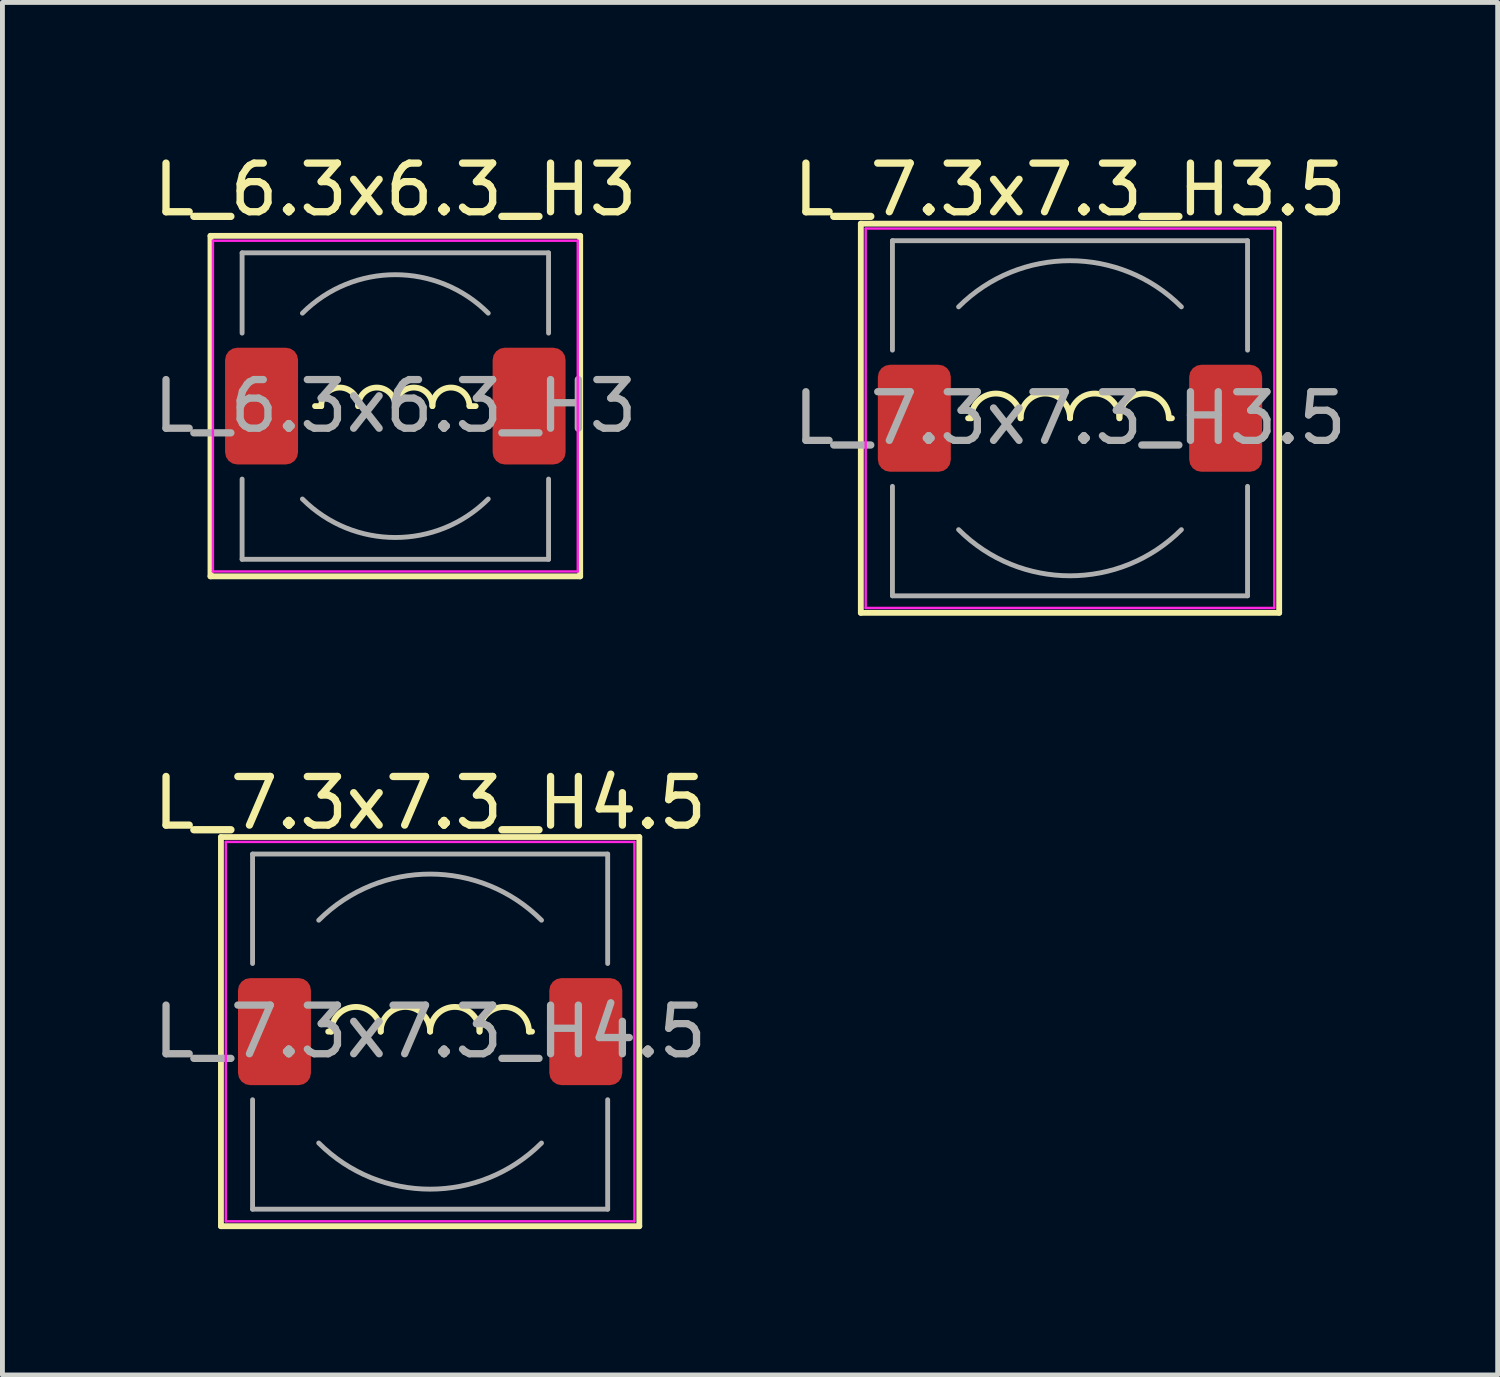
<source format=kicad_pcb>
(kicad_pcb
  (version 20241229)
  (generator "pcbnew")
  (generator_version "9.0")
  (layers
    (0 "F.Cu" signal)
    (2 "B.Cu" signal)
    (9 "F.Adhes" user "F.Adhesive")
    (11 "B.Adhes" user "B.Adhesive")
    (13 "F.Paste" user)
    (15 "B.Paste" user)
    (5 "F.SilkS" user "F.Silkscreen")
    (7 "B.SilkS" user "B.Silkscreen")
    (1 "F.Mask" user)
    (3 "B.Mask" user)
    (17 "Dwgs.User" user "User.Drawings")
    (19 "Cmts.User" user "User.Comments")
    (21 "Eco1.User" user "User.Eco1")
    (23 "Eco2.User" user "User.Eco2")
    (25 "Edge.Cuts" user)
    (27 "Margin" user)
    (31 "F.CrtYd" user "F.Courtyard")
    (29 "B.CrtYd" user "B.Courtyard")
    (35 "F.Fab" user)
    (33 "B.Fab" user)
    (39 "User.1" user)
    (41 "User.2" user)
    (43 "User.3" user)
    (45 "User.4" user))
  (footprint "L_7.3x7.3_H3.5"
    (layer "F.Cu")
    (at 18.946 5.548)
    (property "Reference" "L_7.3x7.3_H3.5" (at 0 -4.7 0) (layer "F.SilkS") (effects (font (size 1 1) (thickness 0.15))))
    (attr smd)
    (fp_line (start -4.3 -4) (end -4.3 4) (stroke (width 0.12) (type solid)) (layer "F.SilkS"))
    (fp_line (start -4.3 4) (end 4.3 4) (stroke (width 0.12) (type solid)) (layer "F.SilkS"))
    (fp_line (start -2.032 0) (end -2.095 0) (stroke (width 0.12) (type solid)) (layer "F.SilkS"))
    (fp_line (start 2.032 0) (end 2.095 0) (stroke (width 0.12) (type solid)) (layer "F.SilkS"))
    (fp_line (start 4.3 -4) (end -4.3 -4) (stroke (width 0.12) (type solid)) (layer "F.SilkS"))
    (fp_line (start 4.3 4) (end 4.3 -4) (stroke (width 0.12) (type solid)) (layer "F.SilkS"))
    (fp_arc (start -2.032 0) (mid -1.524 -0.508) (end -1.016 0) (stroke (width 0.12) (type solid)) (layer "F.SilkS"))
    (fp_arc (start -1.016 0) (mid -0.508 -0.508) (end 0 0) (stroke (width 0.12) (type solid)) (layer "F.SilkS"))
    (fp_arc (start 0 0) (mid 0.508 -0.508) (end 1.016 0) (stroke (width 0.12) (type solid)) (layer "F.SilkS"))
    (fp_arc (start 1.016 0) (mid 1.524 -0.508) (end 2.032 0) (stroke (width 0.12) (type solid)) (layer "F.SilkS"))
    (fp_line (start -4.2 -3.9) (end -4.2 3.9) (stroke (width 0.05) (type solid)) (layer "F.CrtYd"))
    (fp_line (start -4.2 3.9) (end 4.2 3.9) (stroke (width 0.05) (type solid)) (layer "F.CrtYd"))
    (fp_line (start 4.2 -3.9) (end -4.2 -3.9) (stroke (width 0.05) (type solid)) (layer "F.CrtYd"))
    (fp_line (start 4.2 3.9) (end 4.2 -3.9) (stroke (width 0.05) (type solid)) (layer "F.CrtYd"))
    (fp_line (start -3.65 -3.65) (end -3.65 -1.4) (stroke (width 0.1) (type solid)) (layer "F.Fab"))
    (fp_line (start -3.65 -3.65) (end 3.65 -3.65) (stroke (width 0.1) (type solid)) (layer "F.Fab"))
    (fp_line (start -3.65 3.65) (end -3.65 1.4) (stroke (width 0.1) (type solid)) (layer "F.Fab"))
    (fp_line (start 3.65 -3.65) (end 3.65 -1.4) (stroke (width 0.1) (type solid)) (layer "F.Fab"))
    (fp_line (start 3.65 3.65) (end -3.65 3.65) (stroke (width 0.1) (type solid)) (layer "F.Fab"))
    (fp_line (start 3.65 3.65) (end 3.65 1.4) (stroke (width 0.1) (type solid)) (layer "F.Fab"))
    (fp_arc (start -2.29 -2.29) (mid 0 -3.238549) (end 2.29 -2.29) (stroke (width 0.1) (type solid)) (layer "F.Fab"))
    (fp_arc (start 2.29 2.29) (mid 0 3.238549) (end -2.29 2.29) (stroke (width 0.1) (type solid)) (layer "F.Fab"))
    (fp_text user "${REFERENCE}" (at 0 0 0) (layer "F.Fab") (effects (font (size 1 1) (thickness 0.15))))
    (pad "1" smd roundrect (at -3.2 0) (size 1.5 2.2) (layers "F.Cu" "F.Mask" "F.Paste") (roundrect_rratio 0.167))
    (pad "2" smd roundrect (at 3.2 0) (size 1.5 2.2) (layers "F.Cu" "F.Mask" "F.Paste") (roundrect_rratio 0.167)))
  (footprint "L_7.3x7.3_H4.5"
    (layer "F.Cu")
    (at 5.792 18.157)
    (property "Reference" "L_7.3x7.3_H4.5" (at 0 -4.7 0) (layer "F.SilkS") (effects (font (size 1 1) (thickness 0.15))))
    (attr smd)
    (fp_line (start -4.3 -4) (end 4.3 -4) (stroke (width 0.12) (type solid)) (layer "F.SilkS"))
    (fp_line (start -4.3 4) (end -4.3 -4) (stroke (width 0.12) (type solid)) (layer "F.SilkS"))
    (fp_line (start -2.032 0) (end -2.095 0) (stroke (width 0.12) (type solid)) (layer "F.SilkS"))
    (fp_line (start 2.032 0) (end 2.095 0) (stroke (width 0.12) (type solid)) (layer "F.SilkS"))
    (fp_line (start 4.3 -4) (end 4.3 4) (stroke (width 0.12) (type solid)) (layer "F.SilkS"))
    (fp_line (start 4.3 4) (end -4.3 4) (stroke (width 0.12) (type solid)) (layer "F.SilkS"))
    (fp_arc (start -2.032 0) (mid -1.524 -0.508) (end -1.016 0) (stroke (width 0.12) (type solid)) (layer "F.SilkS"))
    (fp_arc (start -1.016 0) (mid -0.508 -0.508) (end 0 0) (stroke (width 0.12) (type solid)) (layer "F.SilkS"))
    (fp_arc (start 0 0) (mid 0.508 -0.508) (end 1.016 0) (stroke (width 0.12) (type solid)) (layer "F.SilkS"))
    (fp_arc (start 1.016 0) (mid 1.524 -0.508) (end 2.032 0) (stroke (width 0.12) (type solid)) (layer "F.SilkS"))
    (fp_line (start -4.2 -3.9) (end -4.2 3.9) (stroke (width 0.05) (type solid)) (layer "F.CrtYd"))
    (fp_line (start -4.2 3.9) (end 4.2 3.9) (stroke (width 0.05) (type solid)) (layer "F.CrtYd"))
    (fp_line (start 4.2 -3.9) (end -4.2 -3.9) (stroke (width 0.05) (type solid)) (layer "F.CrtYd"))
    (fp_line (start 4.2 3.9) (end 4.2 -3.9) (stroke (width 0.05) (type solid)) (layer "F.CrtYd"))
    (fp_line (start -3.65 -3.65) (end -3.65 -1.4) (stroke (width 0.1) (type solid)) (layer "F.Fab"))
    (fp_line (start -3.65 -3.65) (end 3.65 -3.65) (stroke (width 0.1) (type solid)) (layer "F.Fab"))
    (fp_line (start -3.65 3.65) (end -3.65 1.4) (stroke (width 0.1) (type solid)) (layer "F.Fab"))
    (fp_line (start 3.65 -3.65) (end 3.65 -1.4) (stroke (width 0.1) (type solid)) (layer "F.Fab"))
    (fp_line (start 3.65 3.65) (end -3.65 3.65) (stroke (width 0.1) (type solid)) (layer "F.Fab"))
    (fp_line (start 3.65 3.65) (end 3.65 1.4) (stroke (width 0.1) (type solid)) (layer "F.Fab"))
    (fp_arc (start -2.29 -2.29) (mid 0 -3.238549) (end 2.29 -2.29) (stroke (width 0.1) (type solid)) (layer "F.Fab"))
    (fp_arc (start 2.29 2.29) (mid 0 3.238549) (end -2.29 2.29) (stroke (width 0.1) (type solid)) (layer "F.Fab"))
    (fp_text user "${REFERENCE}" (at 0 0 0) (layer "F.Fab") (effects (font (size 1 1) (thickness 0.15))))
    (pad "1" smd roundrect (at -3.2 0) (size 1.5 2.2) (layers "F.Cu" "F.Mask" "F.Paste") (roundrect_rratio 0.167))
    (pad "2" smd roundrect (at 3.2 0) (size 1.5 2.2) (layers "F.Cu" "F.Mask" "F.Paste") (roundrect_rratio 0.167)))
  (footprint "L_6.3x6.3_H3"
    (layer "F.Cu")
    (at 5.077 5.298)
    (property "Reference" "L_6.3x6.3_H3" (at 0 -4.45 0) (layer "F.SilkS") (effects (font (size 1 1) (thickness 0.15))))
    (attr smd)
    (fp_line (start -3.8 -3.5) (end -3.8 3.5) (stroke (width 0.12) (type solid)) (layer "F.SilkS"))
    (fp_line (start -3.8 3.5) (end 3.8 3.5) (stroke (width 0.12) (type solid)) (layer "F.SilkS"))
    (fp_line (start -1.524 0) (end -1.651 0) (stroke (width 0.12) (type solid)) (layer "F.SilkS"))
    (fp_line (start 1.524 0) (end 1.651 0) (stroke (width 0.12) (type solid)) (layer "F.SilkS"))
    (fp_line (start 3.8 -3.5) (end -3.8 -3.5) (stroke (width 0.12) (type solid)) (layer "F.SilkS"))
    (fp_line (start 3.8 3.5) (end 3.8 -3.5) (stroke (width 0.12) (type solid)) (layer "F.SilkS"))
    (fp_arc (start -1.524 0) (mid -1.143 -0.381) (end -0.762 0) (stroke (width 0.12) (type solid)) (layer "F.SilkS"))
    (fp_arc (start -0.762 0) (mid -0.381 -0.381) (end 0 0) (stroke (width 0.12) (type solid)) (layer "F.SilkS"))
    (fp_arc (start 0 0) (mid 0.381 -0.381) (end 0.762 0) (stroke (width 0.12) (type solid)) (layer "F.SilkS"))
    (fp_arc (start 0.762 0) (mid 1.143 -0.381) (end 1.524 0) (stroke (width 0.12) (type solid)) (layer "F.SilkS"))
    (fp_line (start -3.75 -3.4) (end -3.75 3.4) (stroke (width 0.05) (type solid)) (layer "F.CrtYd"))
    (fp_line (start -3.75 3.4) (end 3.75 3.4) (stroke (width 0.05) (type solid)) (layer "F.CrtYd"))
    (fp_line (start 3.75 -3.4) (end -3.75 -3.4) (stroke (width 0.05) (type solid)) (layer "F.CrtYd"))
    (fp_line (start 3.75 3.4) (end 3.75 -3.4) (stroke (width 0.05) (type solid)) (layer "F.CrtYd"))
    (fp_line (start -3.15 -3.15) (end -3.15 -1.5) (stroke (width 0.1) (type solid)) (layer "F.Fab"))
    (fp_line (start -3.15 -3.15) (end 3.15 -3.15) (stroke (width 0.1) (type solid)) (layer "F.Fab"))
    (fp_line (start -3.15 3.15) (end -3.15 1.5) (stroke (width 0.1) (type solid)) (layer "F.Fab"))
    (fp_line (start -3.15 3.15) (end 3.15 3.15) (stroke (width 0.1) (type solid)) (layer "F.Fab"))
    (fp_line (start 3.15 -3.15) (end 3.15 -1.5) (stroke (width 0.1) (type solid)) (layer "F.Fab"))
    (fp_line (start 3.15 3.15) (end 3.15 1.5) (stroke (width 0.1) (type solid)) (layer "F.Fab"))
    (fp_arc (start -1.91 -1.91) (mid 0 -2.701148) (end 1.91 -1.91) (stroke (width 0.1) (type solid)) (layer "F.Fab"))
    (fp_arc (start 1.91 1.91) (mid 0 2.701148) (end -1.91 1.91) (stroke (width 0.1) (type solid)) (layer "F.Fab"))
    (fp_text user "${REFERENCE}" (at 0 0 0) (layer "F.Fab") (effects (font (size 1 1) (thickness 0.15))))
    (pad "1" smd roundrect (at -2.75 0) (size 1.5 2.4) (layers "F.Cu" "F.Mask" "F.Paste") (roundrect_rratio 0.167))
    (pad "2" smd roundrect (at 2.75 0) (size 1.5 2.4) (layers "F.Cu" "F.Mask" "F.Paste") (roundrect_rratio 0.167)))
  (gr_rect
    (start -3 -3)
    (end 27.738 25.216)
    (stroke (width 0.1) (type default))
    (fill no)
    (layer "Edge.Cuts")))
</source>
